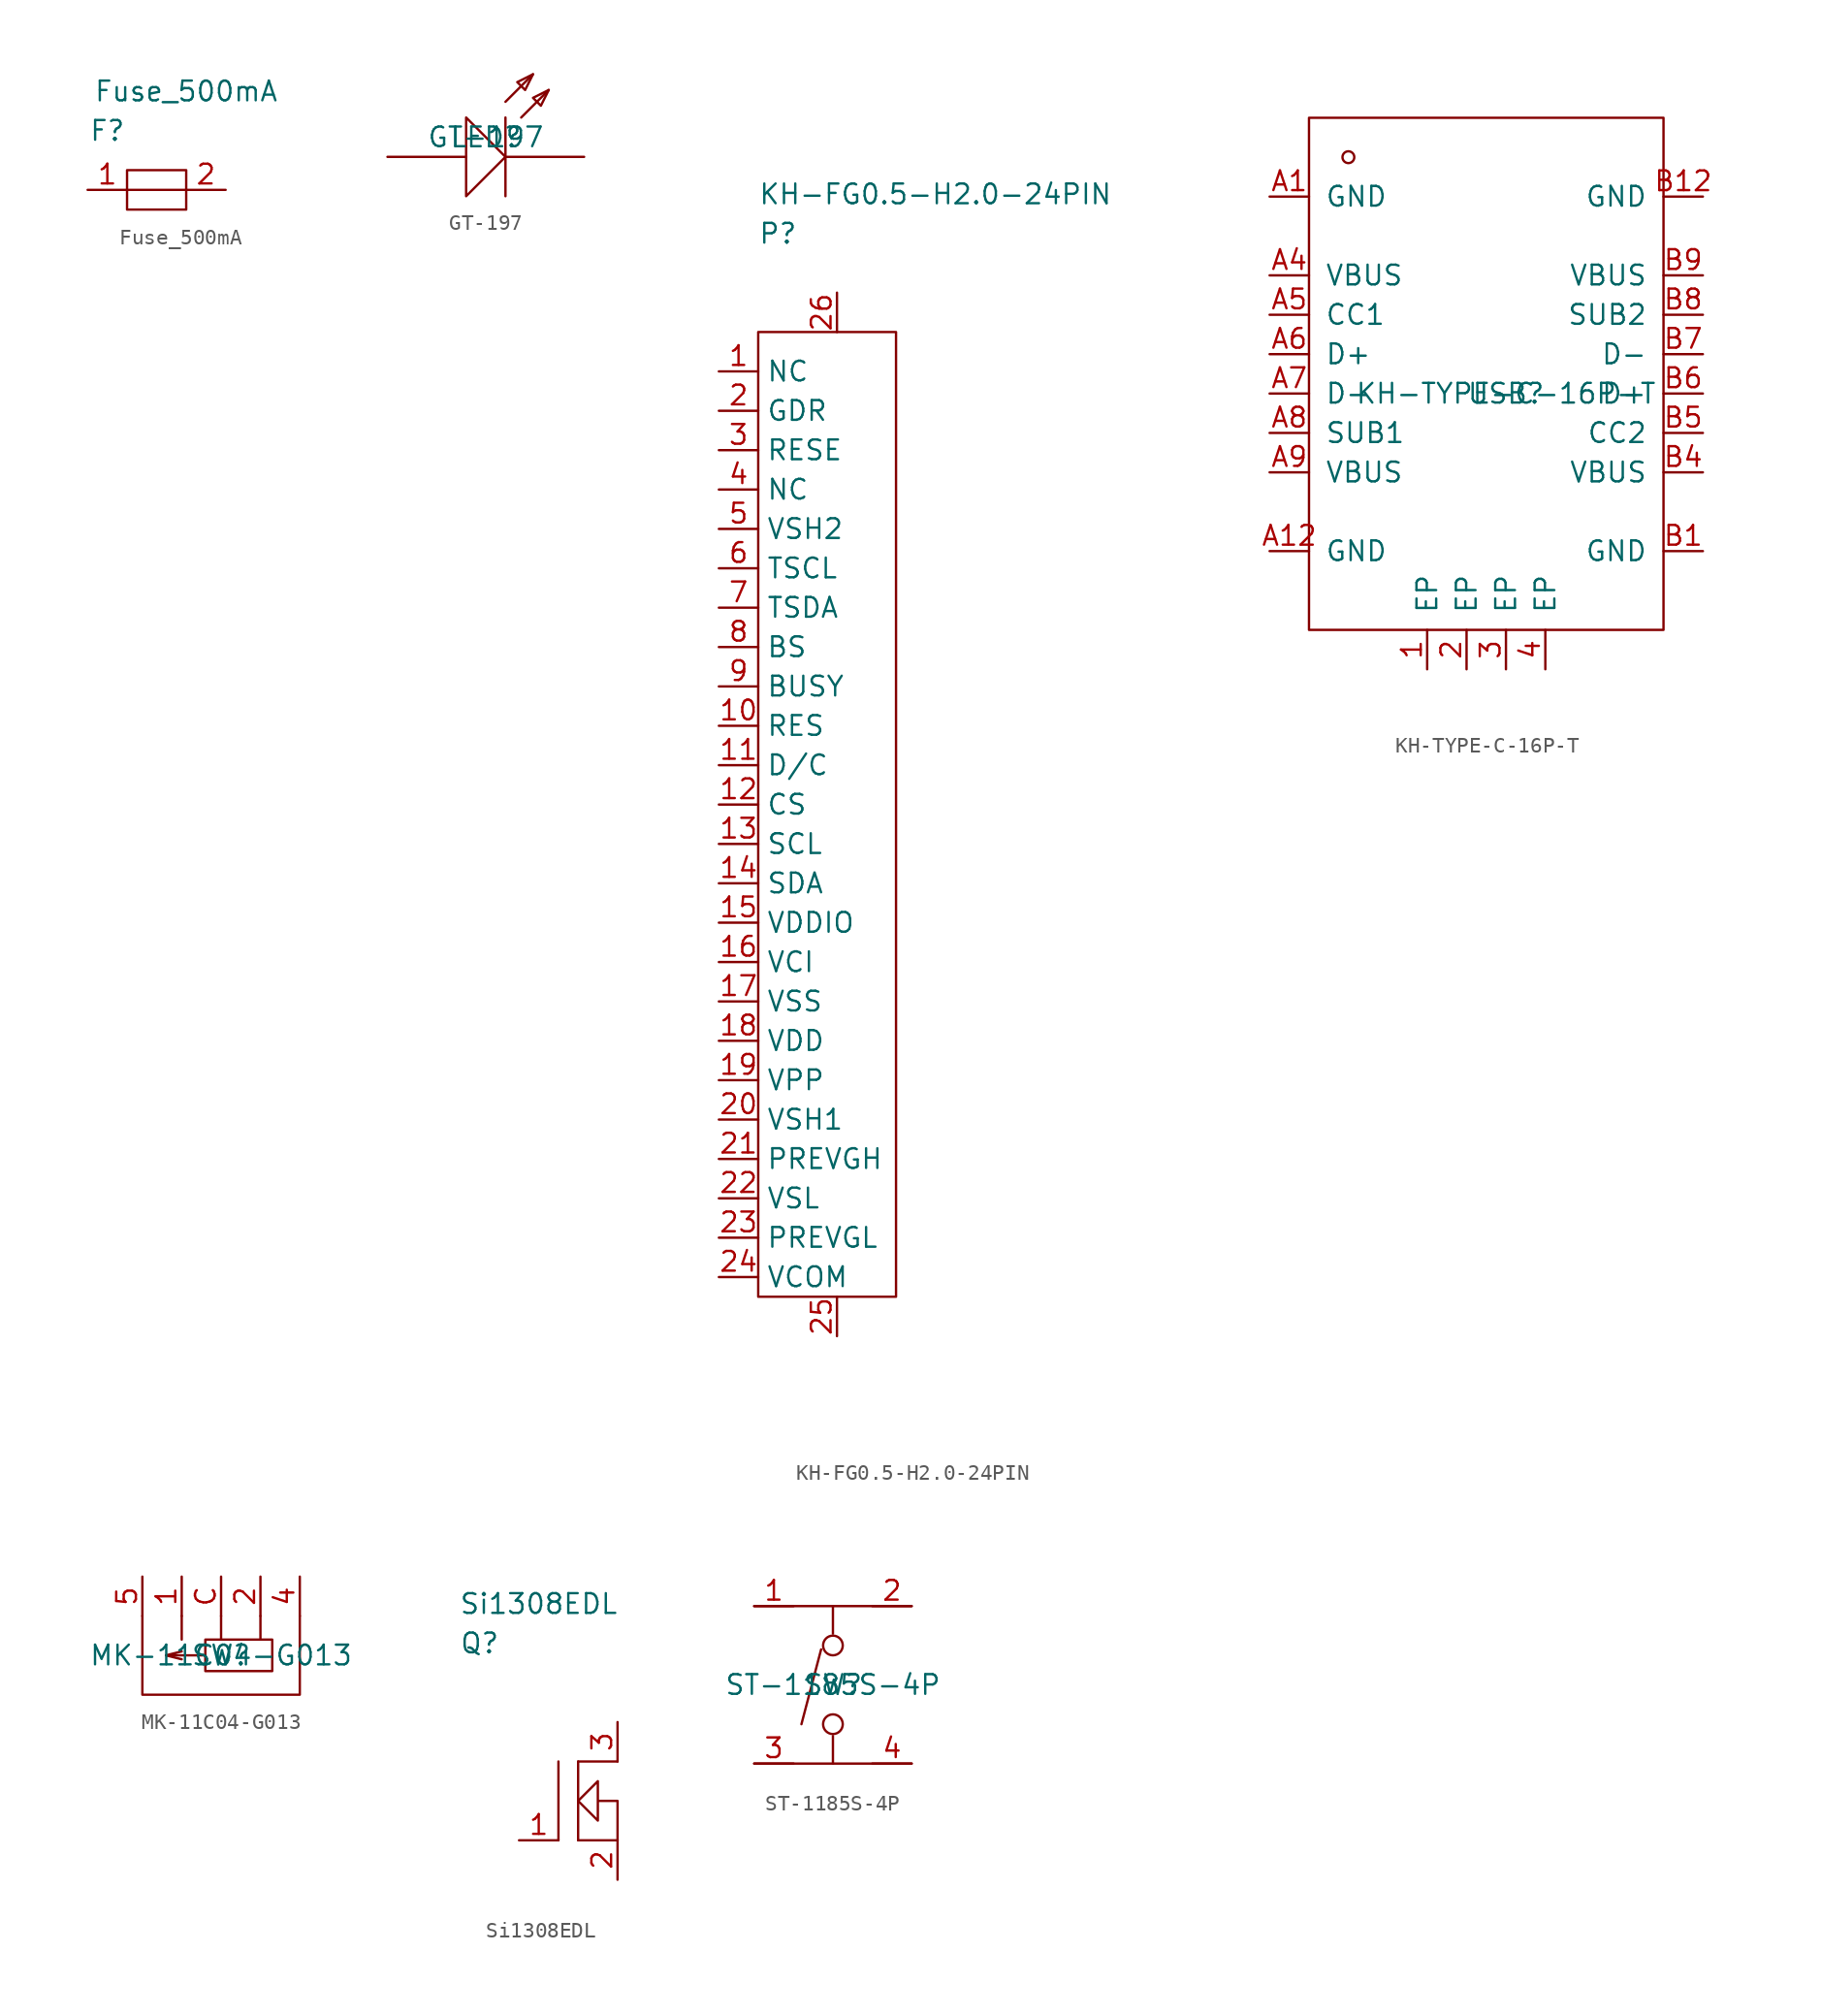
<source format=kicad_sym>
(kicad_symbol_lib
  (version 20211014)
  (generator kicad_symbol_editor)
  (symbol "Fuse_500mA"
    (property "Reference" "F"
      (at 1.27 1.27 0)
      (effects (font (size 1.27 1.27))))
    (property "Value" "Fuse_500mA"
      (at 6.35 3.81 0)
      (effects (font (size 1.27 1.27))))
    (symbol "Fuse_500mA_0_1"
      (polyline (pts (xy 6.35 -2.54) (xy 2.54 -2.54)) (stroke (width 0) (type default) (color 0 0 0 0)) (fill (type none)))
      (rectangle (start 2.54 -1.27) (end 6.35 -3.81) (stroke (width 0) (type default) (color 0 0 0 0)) (fill (type none))))
    (symbol "Fuse_500mA_1_1"
      (pin power_in line (at 0 -2.54 0) (length 2.54) (name "" (effects (font (size 1.27 1.27)))) (number "1" (effects (font (size 1.27 1.27)))))
      (pin power_out line (at 8.89 -2.54 180) (length 2.54) (name "" (effects (font (size 1.27 1.27)))) (number "2" (effects (font (size 1.27 1.27)))))))
  (symbol "GT-197"
    (pin_numbers hide)
    (pin_names
      (offset 1.016) hide)
    (property "Reference" "LED"
      (at 0 0 0)
      (effects (font (size 1.27 1.27))))
    (property "Value" "GT-197"
      (at 0 0 0)
      (effects (font (size 1.27 1.27))))
    (symbol "GT-197_1_1"
      (polyline (pts (xy 1.27 1.27) (xy 1.27 -3.81)) (stroke (width 0) (type default) (color 0 0 0 0)) (fill (type none)))
      (polyline (pts (xy 1.27 2.286) (xy 3.048 4.064)) (stroke (width 0) (type default) (color 0 0 0 0)) (fill (type none)))
      (polyline (pts (xy 2.286 1.27) (xy 4.064 3.048)) (stroke (width 0) (type default) (color 0 0 0 0)) (fill (type none)))
      (polyline (pts (xy -1.27 -3.81) (xy 1.27 -1.27) (xy 1.27 -1.27) (xy -1.27 1.27) (xy -1.27 1.27) (xy -1.27 -3.81)) (stroke (width 0) (type default) (color 0 0 0 0)) (fill (type none)))
      (polyline (pts (xy 3.048 4.064) (xy 2.032 3.556) (xy 2.032 3.556) (xy 2.54 3.048) (xy 2.54 3.048) (xy 3.048 4.064)) (stroke (width 0) (type default) (color 0 0 0 0)) (fill (type none)))
      (polyline (pts (xy 4.064 3.048) (xy 3.048 2.54) (xy 3.048 2.54) (xy 3.556 2.032) (xy 3.556 2.032) (xy 4.064 3.048)) (stroke (width 0) (type default) (color 0 0 0 0)) (fill (type none)))
      (pin input line (at -6.35 -1.27 0) (length 5.08) (name "A" (effects (font (size 1.27 1.27)))) (number "1" (effects (font (size 1.27 1.27)))))
      (pin input line (at 6.35 -1.27 180) (length 5.08) (name "K" (effects (font (size 1.27 1.27)))) (number "2" (effects (font (size 1.27 1.27)))))))
  (symbol "KH-FG0.5-H2.0-24PIN"
    (property "Reference" "P"
      (at 1.27 6.35 0)
      (effects (font (size 1.27 1.27))))
    (property "Value" "KH-FG0.5-H2.0-24PIN"
      (at 11.43 8.89 0)
      (effects (font (size 1.27 1.27))))
    (symbol "KH-FG0.5-H2.0-24PIN_0_1"
      (rectangle (start 0 0) (end 8.89 -62.23) (stroke (width 0) (type default) (color 0 0 0 0)) (fill (type none))))
    (symbol "KH-FG0.5-H2.0-24PIN_1_1"
      (pin input line (at -2.54 -2.54 0) (length 2.54) (name "NC" (effects (font (size 1.27 1.27)))) (number "1" (effects (font (size 1.27 1.27)))))
      (pin input line (at -2.54 -25.4 0) (length 2.54) (name "RES" (effects (font (size 1.27 1.27)))) (number "10" (effects (font (size 1.27 1.27)))))
      (pin input line (at -2.54 -27.94 0) (length 2.54) (name "D/C" (effects (font (size 1.27 1.27)))) (number "11" (effects (font (size 1.27 1.27)))))
      (pin input line (at -2.54 -30.48 0) (length 2.54) (name "CS" (effects (font (size 1.27 1.27)))) (number "12" (effects (font (size 1.27 1.27)))))
      (pin input line (at -2.54 -33.02 0) (length 2.54) (name "SCL" (effects (font (size 1.27 1.27)))) (number "13" (effects (font (size 1.27 1.27)))))
      (pin input line (at -2.54 -35.56 0) (length 2.54) (name "SDA" (effects (font (size 1.27 1.27)))) (number "14" (effects (font (size 1.27 1.27)))))
      (pin input line (at -2.54 -38.1 0) (length 2.54) (name "VDDIO" (effects (font (size 1.27 1.27)))) (number "15" (effects (font (size 1.27 1.27)))))
      (pin input line (at -2.54 -40.64 0) (length 2.54) (name "VCI" (effects (font (size 1.27 1.27)))) (number "16" (effects (font (size 1.27 1.27)))))
      (pin input line (at -2.54 -43.18 0) (length 2.54) (name "VSS" (effects (font (size 1.27 1.27)))) (number "17" (effects (font (size 1.27 1.27)))))
      (pin input line (at -2.54 -45.72 0) (length 2.54) (name "VDD" (effects (font (size 1.27 1.27)))) (number "18" (effects (font (size 1.27 1.27)))))
      (pin input line (at -2.54 -48.26 0) (length 2.54) (name "VPP" (effects (font (size 1.27 1.27)))) (number "19" (effects (font (size 1.27 1.27)))))
      (pin input line (at -2.54 -5.08 0) (length 2.54) (name "GDR" (effects (font (size 1.27 1.27)))) (number "2" (effects (font (size 1.27 1.27)))))
      (pin input line (at -2.54 -50.8 0) (length 2.54) (name "VSH1" (effects (font (size 1.27 1.27)))) (number "20" (effects (font (size 1.27 1.27)))))
      (pin input line (at -2.54 -53.34 0) (length 2.54) (name "PREVGH" (effects (font (size 1.27 1.27)))) (number "21" (effects (font (size 1.27 1.27)))))
      (pin input line (at -2.54 -55.88 0) (length 2.54) (name "VSL" (effects (font (size 1.27 1.27)))) (number "22" (effects (font (size 1.27 1.27)))))
      (pin input line (at -2.54 -58.42 0) (length 2.54) (name "PREVGL" (effects (font (size 1.27 1.27)))) (number "23" (effects (font (size 1.27 1.27)))))
      (pin input line (at -2.54 -60.96 0) (length 2.54) (name "VCOM" (effects (font (size 1.27 1.27)))) (number "24" (effects (font (size 1.27 1.27)))))
      (pin input line (at 5.08 -64.77 90) (length 2.54) (name "" (effects (font (size 1.27 1.27)))) (number "25" (effects (font (size 1.27 1.27)))))
      (pin input line (at 5.08 2.54 270) (length 2.54) (name "" (effects (font (size 1.27 1.27)))) (number "26" (effects (font (size 1.27 1.27)))))
      (pin input line (at -2.54 -7.62 0) (length 2.54) (name "RESE" (effects (font (size 1.27 1.27)))) (number "3" (effects (font (size 1.27 1.27)))))
      (pin input line (at -2.54 -10.16 0) (length 2.54) (name "NC" (effects (font (size 1.27 1.27)))) (number "4" (effects (font (size 1.27 1.27)))))
      (pin input line (at -2.54 -12.7 0) (length 2.54) (name "VSH2" (effects (font (size 1.27 1.27)))) (number "5" (effects (font (size 1.27 1.27)))))
      (pin input line (at -2.54 -15.24 0) (length 2.54) (name "TSCL" (effects (font (size 1.27 1.27)))) (number "6" (effects (font (size 1.27 1.27)))))
      (pin input line (at -2.54 -17.78 0) (length 2.54) (name "TSDA" (effects (font (size 1.27 1.27)))) (number "7" (effects (font (size 1.27 1.27)))))
      (pin input line (at -2.54 -20.32 0) (length 2.54) (name "BS" (effects (font (size 1.27 1.27)))) (number "8" (effects (font (size 1.27 1.27)))))
      (pin input line (at -2.54 -22.86 0) (length 2.54) (name "BUSY" (effects (font (size 1.27 1.27)))) (number "9" (effects (font (size 1.27 1.27)))))))
  (symbol "KH-TYPE-C-16P-T"
    (pin_names
      (offset 1.016))
    (property "Reference" "USB"
      (at 0 0 0)
      (effects (font (size 1.27 1.27))))
    (property "Value" "KH-TYPE-C-16P-T"
      (at 0 0 0)
      (effects (font (size 1.27 1.27))))
    (symbol "KH-TYPE-C-16P-T_1_1"
      (rectangle (start -12.7 -15.24) (end 10.16 17.78) (stroke (width 0) (type default) (color 0 0 0 0)) (fill (type none)))
      (circle (center -10.16 15.24) (radius 0.381) (stroke (width 0) (type default) (color 0 0 0 0)) (fill (type none)))
      (pin input line (at -5.08 -17.78 90) (length 2.54) (name "EP" (effects (font (size 1.27 1.27)))) (number "1" (effects (font (size 1.27 1.27)))))
      (pin input line (at -2.54 -17.78 90) (length 2.54) (name "EP" (effects (font (size 1.27 1.27)))) (number "2" (effects (font (size 1.27 1.27)))))
      (pin input line (at 0 -17.78 90) (length 2.54) (name "EP" (effects (font (size 1.27 1.27)))) (number "3" (effects (font (size 1.27 1.27)))))
      (pin input line (at 2.54 -17.78 90) (length 2.54) (name "EP" (effects (font (size 1.27 1.27)))) (number "4" (effects (font (size 1.27 1.27)))))
      (pin input line (at -15.24 12.7 0) (length 2.54) (name "GND" (effects (font (size 1.27 1.27)))) (number "A1" (effects (font (size 1.27 1.27)))))
      (pin input line (at -15.24 -10.16 0) (length 2.54) (name "GND" (effects (font (size 1.27 1.27)))) (number "A12" (effects (font (size 1.27 1.27)))))
      (pin input line (at -15.24 7.62 0) (length 2.54) (name "VBUS" (effects (font (size 1.27 1.27)))) (number "A4" (effects (font (size 1.27 1.27)))))
      (pin input line (at -15.24 5.08 0) (length 2.54) (name "CC1" (effects (font (size 1.27 1.27)))) (number "A5" (effects (font (size 1.27 1.27)))))
      (pin input line (at -15.24 2.54 0) (length 2.54) (name "D+" (effects (font (size 1.27 1.27)))) (number "A6" (effects (font (size 1.27 1.27)))))
      (pin input line (at -15.24 0 0) (length 2.54) (name "D-" (effects (font (size 1.27 1.27)))) (number "A7" (effects (font (size 1.27 1.27)))))
      (pin input line (at -15.24 -2.54 0) (length 2.54) (name "SUB1" (effects (font (size 1.27 1.27)))) (number "A8" (effects (font (size 1.27 1.27)))))
      (pin input line (at -15.24 -5.08 0) (length 2.54) (name "VBUS" (effects (font (size 1.27 1.27)))) (number "A9" (effects (font (size 1.27 1.27)))))
      (pin input line (at 12.7 -10.16 180) (length 2.54) (name "GND" (effects (font (size 1.27 1.27)))) (number "B1" (effects (font (size 1.27 1.27)))))
      (pin input line (at 12.7 12.7 180) (length 2.54) (name "GND" (effects (font (size 1.27 1.27)))) (number "B12" (effects (font (size 1.27 1.27)))))
      (pin input line (at 12.7 -5.08 180) (length 2.54) (name "VBUS" (effects (font (size 1.27 1.27)))) (number "B4" (effects (font (size 1.27 1.27)))))
      (pin input line (at 12.7 -2.54 180) (length 2.54) (name "CC2" (effects (font (size 1.27 1.27)))) (number "B5" (effects (font (size 1.27 1.27)))))
      (pin input line (at 12.7 0 180) (length 2.54) (name "D+" (effects (font (size 1.27 1.27)))) (number "B6" (effects (font (size 1.27 1.27)))))
      (pin input line (at 12.7 2.54 180) (length 2.54) (name "D-" (effects (font (size 1.27 1.27)))) (number "B7" (effects (font (size 1.27 1.27)))))
      (pin input line (at 12.7 5.08 180) (length 2.54) (name "SUB2" (effects (font (size 1.27 1.27)))) (number "B8" (effects (font (size 1.27 1.27)))))
      (pin input line (at 12.7 7.62 180) (length 2.54) (name "VBUS" (effects (font (size 1.27 1.27)))) (number "B9" (effects (font (size 1.27 1.27)))))))
  (symbol "MK-11C04-G013"
    (pin_names
      (offset 1.016) hide)
    (property "Reference" "SW"
      (at 0 0 0)
      (effects (font (size 1.27 1.27))))
    (property "Value" "MK-11C04-G013"
      (at 0 0 0)
      (effects (font (size 1.27 1.27))))
    (symbol "MK-11C04-G013_1_1"
      (rectangle (start -1.016 -1.016) (end 3.302 1.016) (stroke (width 0) (type default) (color 0 0 0 0)) (fill (type none)))
      (polyline (pts (xy -3.556 0) (xy -2.54 -0.254)) (stroke (width 0) (type default) (color 0 0 0 0)) (fill (type none)))
      (polyline (pts (xy 0 1.016) (xy 0 2.54)) (stroke (width 0) (type default) (color 0 0 0 0)) (fill (type none)))
      (polyline (pts (xy 2.54 1.016) (xy 2.54 2.54)) (stroke (width 0) (type default) (color 0 0 0 0)) (fill (type none)))
      (polyline (pts (xy -2.54 2.54) (xy -2.54 1.27) (xy -2.54 1.27) (xy -2.54 1.016)) (stroke (width 0) (type default) (color 0 0 0 0)) (fill (type none)))
      (polyline (pts (xy -1.016 0) (xy -3.556 0) (xy -3.556 0) (xy -2.54 0.254)) (stroke (width 0) (type default) (color 0 0 0 0)) (fill (type none)))
      (polyline (pts (xy -5.08 2.54) (xy -5.08 -2.54) (xy -5.08 -2.54) (xy 5.08 -2.54) (xy 5.08 -2.54) (xy 5.08 2.54)) (stroke (width 0) (type default) (color 0 0 0 0)) (fill (type none)))
      (pin input line (at -2.54 5.08 270) (length 2.54) (name "1" (effects (font (size 1.27 1.27)))) (number "1" (effects (font (size 1.27 1.27)))))
      (pin input line (at 2.54 5.08 270) (length 2.54) (name "2" (effects (font (size 1.27 1.27)))) (number "2" (effects (font (size 1.27 1.27)))))
      (pin input line (at 5.08 5.08 270) (length 2.54) (name "4" (effects (font (size 1.27 1.27)))) (number "4" (effects (font (size 1.27 1.27)))))
      (pin input line (at -5.08 5.08 270) (length 2.54) (name "5" (effects (font (size 1.27 1.27)))) (number "5" (effects (font (size 1.27 1.27)))))
      (pin input line (at 0 5.08 270) (length 2.54) (name "C" (effects (font (size 1.27 1.27)))) (number "C" (effects (font (size 1.27 1.27)))))))
  (symbol "Si1308EDL"
    (property "Reference" "Q"
      (at 1.27 1.27 0)
      (effects (font (size 1.27 1.27))))
    (property "Value" "Si1308EDL"
      (at 5.08 3.81 0)
      (effects (font (size 1.27 1.27))))
    (symbol "Si1308EDL_0_1"
      (polyline (pts (xy 6.35 -6.35) (xy 6.35 -11.43)) (stroke (width 0) (type default) (color 0 0 0 0)) (fill (type none)))
      (polyline (pts (xy 7.62 -11.43) (xy 10.16 -11.43)) (stroke (width 0) (type default) (color 0 0 0 0)) (fill (type none)))
      (polyline (pts (xy 7.62 -6.35) (xy 7.62 -11.43)) (stroke (width 0) (type default) (color 0 0 0 0)) (fill (type none)))
      (polyline (pts (xy 7.62 -6.35) (xy 10.16 -6.35)) (stroke (width 0) (type default) (color 0 0 0 0)) (fill (type none)))
      (polyline (pts (xy 10.16 -11.43) (xy 10.16 -8.89) (xy 8.89 -8.89) (xy 8.89 -10.16) (xy 7.62 -8.89) (xy 8.89 -7.62) (xy 8.89 -8.89)) (stroke (width 0) (type default) (color 0 0 0 0)) (fill (type none))))
    (symbol "Si1308EDL_1_1"
      (pin input line (at 3.81 -11.43 0) (length 2.54) (name "" (effects (font (size 1.27 1.27)))) (number "1" (effects (font (size 1.27 1.27)))))
      (pin input line (at 10.16 -13.97 90) (length 2.54) (name "" (effects (font (size 1.27 1.27)))) (number "2" (effects (font (size 1.27 1.27)))))
      (pin input line (at 10.16 -3.81 270) (length 2.54) (name "" (effects (font (size 1.27 1.27)))) (number "3" (effects (font (size 1.27 1.27)))))))
  (symbol "ST-1185S-4P"
    (pin_names
      (offset 1.016) hide)
    (property "Reference" "SW"
      (at 0 0 0)
      (effects (font (size 1.27 1.27))))
    (property "Value" "ST-1185S-4P"
      (at 0 0 0)
      (effects (font (size 1.27 1.27))))
    (symbol "ST-1185S-4P_1_1"
      (circle (center 0 -2.54) (radius 0.635) (stroke (width 0) (type default) (color 0 0 0 0)) (fill (type none)))
      (polyline (pts (xy -0.762 2.286) (xy -2.032 -2.54)) (stroke (width 0) (type default) (color 0 0 0 0)) (fill (type none)))
      (polyline (pts (xy 0 -3.302) (xy 0 -5.08)) (stroke (width 0) (type default) (color 0 0 0 0)) (fill (type none)))
      (polyline (pts (xy 0 3.302) (xy 0 5.08)) (stroke (width 0) (type default) (color 0 0 0 0)) (fill (type none)))
      (polyline (pts (xy 5.08 -5.08) (xy -5.08 -5.08)) (stroke (width 0) (type default) (color 0 0 0 0)) (fill (type none)))
      (polyline (pts (xy 5.08 5.08) (xy -5.08 5.08)) (stroke (width 0) (type default) (color 0 0 0 0)) (fill (type none)))
      (circle (center 0 2.54) (radius 0.635) (stroke (width 0) (type default) (color 0 0 0 0)) (fill (type none)))
      (pin input line (at -5.08 5.08 0) (length 2.54) (name "1" (effects (font (size 1.27 1.27)))) (number "1" (effects (font (size 1.27 1.27)))))
      (pin input line (at 5.08 5.08 180) (length 2.54) (name "2" (effects (font (size 1.27 1.27)))) (number "2" (effects (font (size 1.27 1.27)))))
      (pin input line (at -5.08 -5.08 0) (length 2.54) (name "3" (effects (font (size 1.27 1.27)))) (number "3" (effects (font (size 1.27 1.27)))))
      (pin input line (at 5.08 -5.08 180) (length 2.54) (name "4" (effects (font (size 1.27 1.27)))) (number "4" (effects (font (size 1.27 1.27))))))))
</source>
